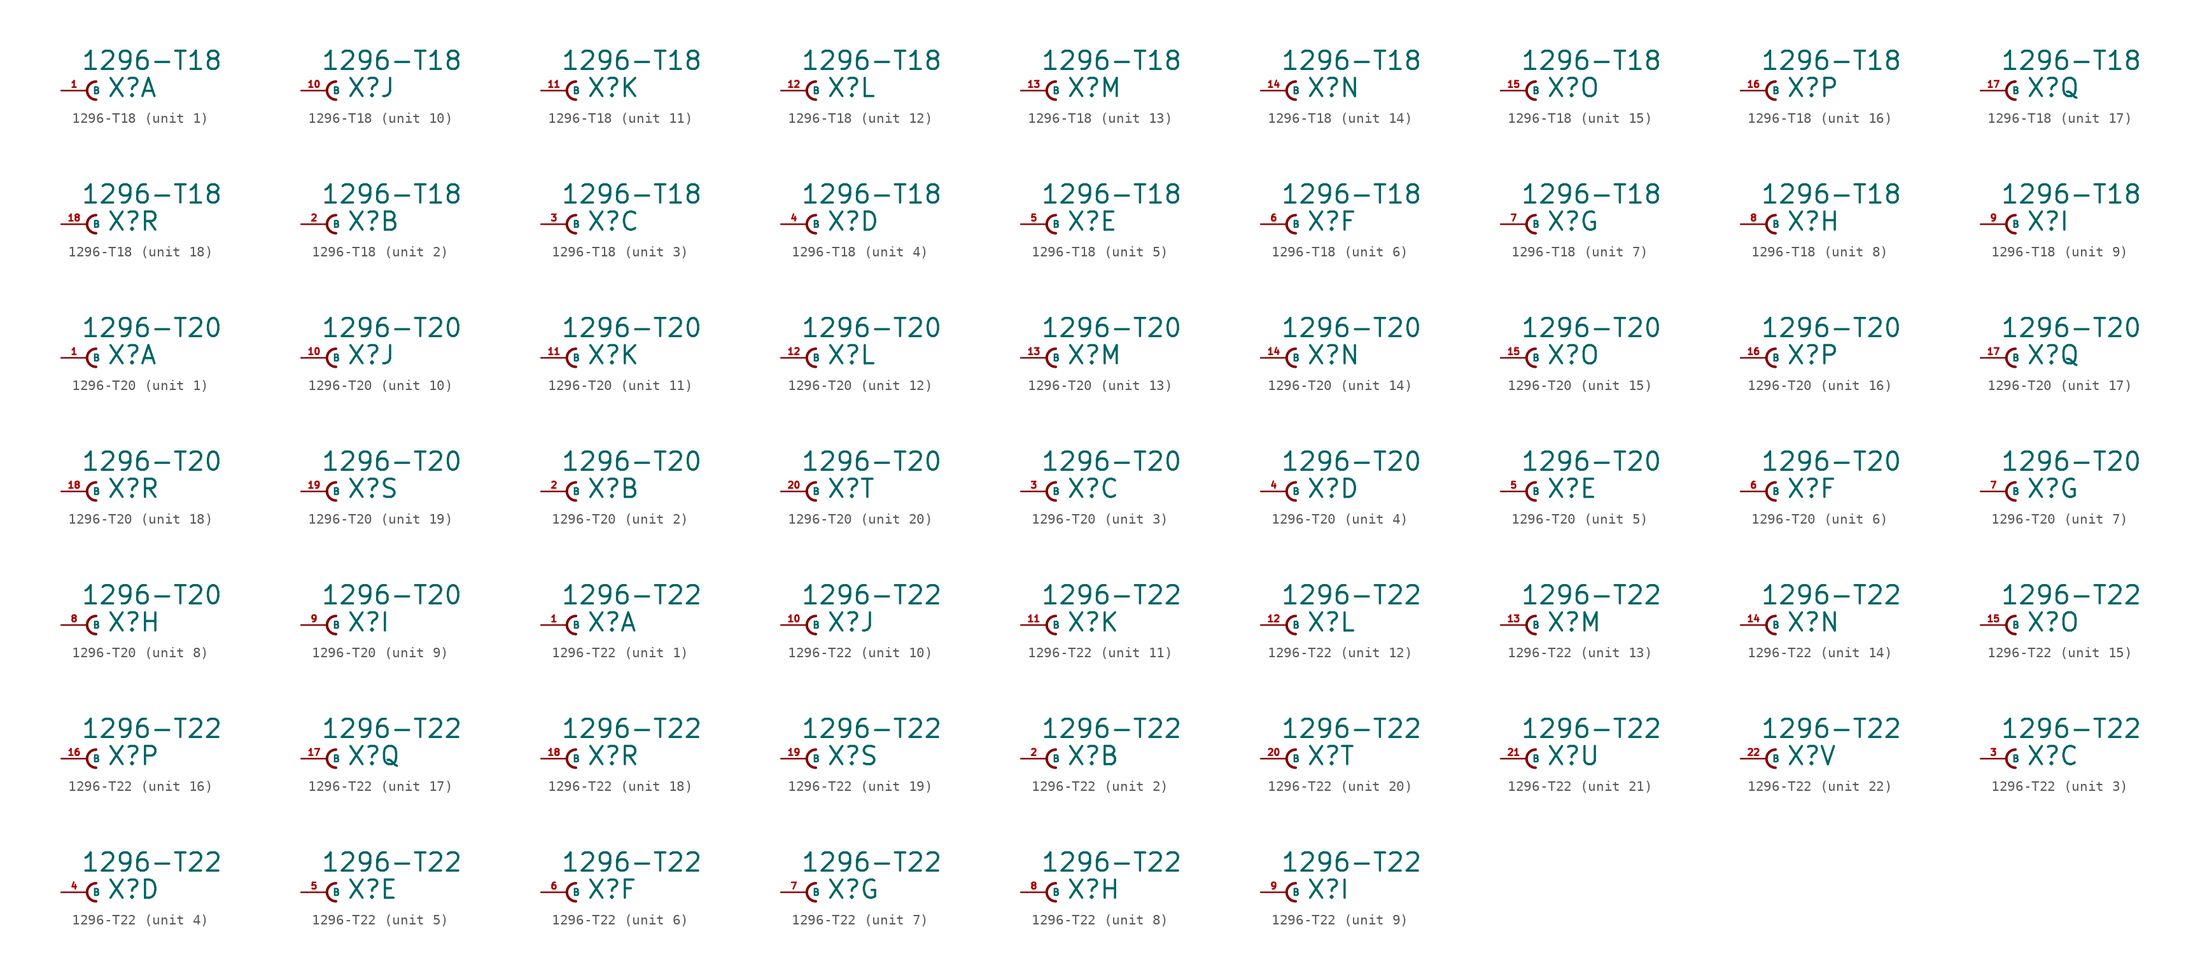
<source format=kicad_sym>
(kicad_symbol_lib
  (version 20220914)
  (generator Eagle2Kicad)
  (symbol "1296-T18"
    (property "Reference" "X"
      (at 1.905 -0.762 0)
      (effects (font (size 1.778 1.778) (thickness 0.22)) (justify left bottom)))
    (property "Value" "1296-T18"
      (at -0.635 1.905 0)
      (effects (font (size 1.778 1.778) (thickness 0.22)) (justify left bottom)))
    (symbol "1296-T18_1_0"
      (arc (start 0.889 0.889) (mid 0.000 0.000) (end 0.889 -0.889) (stroke (width 0.254) (type default)) (fill (type none)))
      (pin passive line (at -2.54 0 0) (length 2.54) (name "B" (effects (font (size 0.635 0.635) (thickness 0.08)) (justify left bottom))) (number "1" (effects (font (size 0.635 0.635) (thickness 0.08)) (justify left bottom)))))
    (symbol "1296-T18_2_0"
      (arc (start 0.889 0.889) (mid 0.000 0.000) (end 0.889 -0.889) (stroke (width 0.254) (type default)) (fill (type none)))
      (pin passive line (at -2.54 0 0) (length 2.54) (name "B" (effects (font (size 0.635 0.635) (thickness 0.08)) (justify left bottom))) (number "2" (effects (font (size 0.635 0.635) (thickness 0.08)) (justify left bottom)))))
    (symbol "1296-T18_3_0"
      (arc (start 0.889 0.889) (mid 0.000 0.000) (end 0.889 -0.889) (stroke (width 0.254) (type default)) (fill (type none)))
      (pin passive line (at -2.54 0 0) (length 2.54) (name "B" (effects (font (size 0.635 0.635) (thickness 0.08)) (justify left bottom))) (number "3" (effects (font (size 0.635 0.635) (thickness 0.08)) (justify left bottom)))))
    (symbol "1296-T18_4_0"
      (arc (start 0.889 0.889) (mid 0.000 0.000) (end 0.889 -0.889) (stroke (width 0.254) (type default)) (fill (type none)))
      (pin passive line (at -2.54 0 0) (length 2.54) (name "B" (effects (font (size 0.635 0.635) (thickness 0.08)) (justify left bottom))) (number "4" (effects (font (size 0.635 0.635) (thickness 0.08)) (justify left bottom)))))
    (symbol "1296-T18_5_0"
      (arc (start 0.889 0.889) (mid 0.000 0.000) (end 0.889 -0.889) (stroke (width 0.254) (type default)) (fill (type none)))
      (pin passive line (at -2.54 0 0) (length 2.54) (name "B" (effects (font (size 0.635 0.635) (thickness 0.08)) (justify left bottom))) (number "5" (effects (font (size 0.635 0.635) (thickness 0.08)) (justify left bottom)))))
    (symbol "1296-T18_6_0"
      (arc (start 0.889 0.889) (mid 0.000 0.000) (end 0.889 -0.889) (stroke (width 0.254) (type default)) (fill (type none)))
      (pin passive line (at -2.54 0 0) (length 2.54) (name "B" (effects (font (size 0.635 0.635) (thickness 0.08)) (justify left bottom))) (number "6" (effects (font (size 0.635 0.635) (thickness 0.08)) (justify left bottom)))))
    (symbol "1296-T18_7_0"
      (arc (start 0.889 0.889) (mid 0.000 0.000) (end 0.889 -0.889) (stroke (width 0.254) (type default)) (fill (type none)))
      (pin passive line (at -2.54 0 0) (length 2.54) (name "B" (effects (font (size 0.635 0.635) (thickness 0.08)) (justify left bottom))) (number "7" (effects (font (size 0.635 0.635) (thickness 0.08)) (justify left bottom)))))
    (symbol "1296-T18_8_0"
      (arc (start 0.889 0.889) (mid 0.000 0.000) (end 0.889 -0.889) (stroke (width 0.254) (type default)) (fill (type none)))
      (pin passive line (at -2.54 0 0) (length 2.54) (name "B" (effects (font (size 0.635 0.635) (thickness 0.08)) (justify left bottom))) (number "8" (effects (font (size 0.635 0.635) (thickness 0.08)) (justify left bottom)))))
    (symbol "1296-T18_9_0"
      (arc (start 0.889 0.889) (mid 0.000 0.000) (end 0.889 -0.889) (stroke (width 0.254) (type default)) (fill (type none)))
      (pin passive line (at -2.54 0 0) (length 2.54) (name "B" (effects (font (size 0.635 0.635) (thickness 0.08)) (justify left bottom))) (number "9" (effects (font (size 0.635 0.635) (thickness 0.08)) (justify left bottom)))))
    (symbol "1296-T18_10_0"
      (arc (start 0.889 0.889) (mid 0.000 0.000) (end 0.889 -0.889) (stroke (width 0.254) (type default)) (fill (type none)))
      (pin passive line (at -2.54 0 0) (length 2.54) (name "B" (effects (font (size 0.635 0.635) (thickness 0.08)) (justify left bottom))) (number "10" (effects (font (size 0.635 0.635) (thickness 0.08)) (justify left bottom)))))
    (symbol "1296-T18_11_0"
      (arc (start 0.889 0.889) (mid 0.000 0.000) (end 0.889 -0.889) (stroke (width 0.254) (type default)) (fill (type none)))
      (pin passive line (at -2.54 0 0) (length 2.54) (name "B" (effects (font (size 0.635 0.635) (thickness 0.08)) (justify left bottom))) (number "11" (effects (font (size 0.635 0.635) (thickness 0.08)) (justify left bottom)))))
    (symbol "1296-T18_12_0"
      (arc (start 0.889 0.889) (mid 0.000 0.000) (end 0.889 -0.889) (stroke (width 0.254) (type default)) (fill (type none)))
      (pin passive line (at -2.54 0 0) (length 2.54) (name "B" (effects (font (size 0.635 0.635) (thickness 0.08)) (justify left bottom))) (number "12" (effects (font (size 0.635 0.635) (thickness 0.08)) (justify left bottom)))))
    (symbol "1296-T18_13_0"
      (arc (start 0.889 0.889) (mid 0.000 0.000) (end 0.889 -0.889) (stroke (width 0.254) (type default)) (fill (type none)))
      (pin passive line (at -2.54 0 0) (length 2.54) (name "B" (effects (font (size 0.635 0.635) (thickness 0.08)) (justify left bottom))) (number "13" (effects (font (size 0.635 0.635) (thickness 0.08)) (justify left bottom)))))
    (symbol "1296-T18_14_0"
      (arc (start 0.889 0.889) (mid 0.000 0.000) (end 0.889 -0.889) (stroke (width 0.254) (type default)) (fill (type none)))
      (pin passive line (at -2.54 0 0) (length 2.54) (name "B" (effects (font (size 0.635 0.635) (thickness 0.08)) (justify left bottom))) (number "14" (effects (font (size 0.635 0.635) (thickness 0.08)) (justify left bottom)))))
    (symbol "1296-T18_15_0"
      (arc (start 0.889 0.889) (mid 0.000 0.000) (end 0.889 -0.889) (stroke (width 0.254) (type default)) (fill (type none)))
      (pin passive line (at -2.54 0 0) (length 2.54) (name "B" (effects (font (size 0.635 0.635) (thickness 0.08)) (justify left bottom))) (number "15" (effects (font (size 0.635 0.635) (thickness 0.08)) (justify left bottom)))))
    (symbol "1296-T18_16_0"
      (arc (start 0.889 0.889) (mid 0.000 0.000) (end 0.889 -0.889) (stroke (width 0.254) (type default)) (fill (type none)))
      (pin passive line (at -2.54 0 0) (length 2.54) (name "B" (effects (font (size 0.635 0.635) (thickness 0.08)) (justify left bottom))) (number "16" (effects (font (size 0.635 0.635) (thickness 0.08)) (justify left bottom)))))
    (symbol "1296-T18_17_0"
      (arc (start 0.889 0.889) (mid 0.000 0.000) (end 0.889 -0.889) (stroke (width 0.254) (type default)) (fill (type none)))
      (pin passive line (at -2.54 0 0) (length 2.54) (name "B" (effects (font (size 0.635 0.635) (thickness 0.08)) (justify left bottom))) (number "17" (effects (font (size 0.635 0.635) (thickness 0.08)) (justify left bottom)))))
    (symbol "1296-T18_18_0"
      (arc (start 0.889 0.889) (mid 0.000 0.000) (end 0.889 -0.889) (stroke (width 0.254) (type default)) (fill (type none)))
      (pin passive line (at -2.54 0 0) (length 2.54) (name "B" (effects (font (size 0.635 0.635) (thickness 0.08)) (justify left bottom))) (number "18" (effects (font (size 0.635 0.635) (thickness 0.08)) (justify left bottom))))))
  (symbol "1296-T20"
    (property "Reference" "X"
      (at 1.905 -0.762 0)
      (effects (font (size 1.778 1.778) (thickness 0.22)) (justify left bottom)))
    (property "Value" "1296-T20"
      (at -0.635 1.905 0)
      (effects (font (size 1.778 1.778) (thickness 0.22)) (justify left bottom)))
    (symbol "1296-T20_1_0"
      (arc (start 0.889 0.889) (mid 0.000 0.000) (end 0.889 -0.889) (stroke (width 0.254) (type default)) (fill (type none)))
      (pin passive line (at -2.54 0 0) (length 2.54) (name "B" (effects (font (size 0.635 0.635) (thickness 0.08)) (justify left bottom))) (number "1" (effects (font (size 0.635 0.635) (thickness 0.08)) (justify left bottom)))))
    (symbol "1296-T20_2_0"
      (arc (start 0.889 0.889) (mid 0.000 0.000) (end 0.889 -0.889) (stroke (width 0.254) (type default)) (fill (type none)))
      (pin passive line (at -2.54 0 0) (length 2.54) (name "B" (effects (font (size 0.635 0.635) (thickness 0.08)) (justify left bottom))) (number "2" (effects (font (size 0.635 0.635) (thickness 0.08)) (justify left bottom)))))
    (symbol "1296-T20_3_0"
      (arc (start 0.889 0.889) (mid 0.000 0.000) (end 0.889 -0.889) (stroke (width 0.254) (type default)) (fill (type none)))
      (pin passive line (at -2.54 0 0) (length 2.54) (name "B" (effects (font (size 0.635 0.635) (thickness 0.08)) (justify left bottom))) (number "3" (effects (font (size 0.635 0.635) (thickness 0.08)) (justify left bottom)))))
    (symbol "1296-T20_4_0"
      (arc (start 0.889 0.889) (mid 0.000 0.000) (end 0.889 -0.889) (stroke (width 0.254) (type default)) (fill (type none)))
      (pin passive line (at -2.54 0 0) (length 2.54) (name "B" (effects (font (size 0.635 0.635) (thickness 0.08)) (justify left bottom))) (number "4" (effects (font (size 0.635 0.635) (thickness 0.08)) (justify left bottom)))))
    (symbol "1296-T20_5_0"
      (arc (start 0.889 0.889) (mid 0.000 0.000) (end 0.889 -0.889) (stroke (width 0.254) (type default)) (fill (type none)))
      (pin passive line (at -2.54 0 0) (length 2.54) (name "B" (effects (font (size 0.635 0.635) (thickness 0.08)) (justify left bottom))) (number "5" (effects (font (size 0.635 0.635) (thickness 0.08)) (justify left bottom)))))
    (symbol "1296-T20_6_0"
      (arc (start 0.889 0.889) (mid 0.000 0.000) (end 0.889 -0.889) (stroke (width 0.254) (type default)) (fill (type none)))
      (pin passive line (at -2.54 0 0) (length 2.54) (name "B" (effects (font (size 0.635 0.635) (thickness 0.08)) (justify left bottom))) (number "6" (effects (font (size 0.635 0.635) (thickness 0.08)) (justify left bottom)))))
    (symbol "1296-T20_7_0"
      (arc (start 0.889 0.889) (mid 0.000 0.000) (end 0.889 -0.889) (stroke (width 0.254) (type default)) (fill (type none)))
      (pin passive line (at -2.54 0 0) (length 2.54) (name "B" (effects (font (size 0.635 0.635) (thickness 0.08)) (justify left bottom))) (number "7" (effects (font (size 0.635 0.635) (thickness 0.08)) (justify left bottom)))))
    (symbol "1296-T20_8_0"
      (arc (start 0.889 0.889) (mid 0.000 0.000) (end 0.889 -0.889) (stroke (width 0.254) (type default)) (fill (type none)))
      (pin passive line (at -2.54 0 0) (length 2.54) (name "B" (effects (font (size 0.635 0.635) (thickness 0.08)) (justify left bottom))) (number "8" (effects (font (size 0.635 0.635) (thickness 0.08)) (justify left bottom)))))
    (symbol "1296-T20_9_0"
      (arc (start 0.889 0.889) (mid 0.000 0.000) (end 0.889 -0.889) (stroke (width 0.254) (type default)) (fill (type none)))
      (pin passive line (at -2.54 0 0) (length 2.54) (name "B" (effects (font (size 0.635 0.635) (thickness 0.08)) (justify left bottom))) (number "9" (effects (font (size 0.635 0.635) (thickness 0.08)) (justify left bottom)))))
    (symbol "1296-T20_10_0"
      (arc (start 0.889 0.889) (mid 0.000 0.000) (end 0.889 -0.889) (stroke (width 0.254) (type default)) (fill (type none)))
      (pin passive line (at -2.54 0 0) (length 2.54) (name "B" (effects (font (size 0.635 0.635) (thickness 0.08)) (justify left bottom))) (number "10" (effects (font (size 0.635 0.635) (thickness 0.08)) (justify left bottom)))))
    (symbol "1296-T20_11_0"
      (arc (start 0.889 0.889) (mid 0.000 0.000) (end 0.889 -0.889) (stroke (width 0.254) (type default)) (fill (type none)))
      (pin passive line (at -2.54 0 0) (length 2.54) (name "B" (effects (font (size 0.635 0.635) (thickness 0.08)) (justify left bottom))) (number "11" (effects (font (size 0.635 0.635) (thickness 0.08)) (justify left bottom)))))
    (symbol "1296-T20_12_0"
      (arc (start 0.889 0.889) (mid 0.000 0.000) (end 0.889 -0.889) (stroke (width 0.254) (type default)) (fill (type none)))
      (pin passive line (at -2.54 0 0) (length 2.54) (name "B" (effects (font (size 0.635 0.635) (thickness 0.08)) (justify left bottom))) (number "12" (effects (font (size 0.635 0.635) (thickness 0.08)) (justify left bottom)))))
    (symbol "1296-T20_13_0"
      (arc (start 0.889 0.889) (mid 0.000 0.000) (end 0.889 -0.889) (stroke (width 0.254) (type default)) (fill (type none)))
      (pin passive line (at -2.54 0 0) (length 2.54) (name "B" (effects (font (size 0.635 0.635) (thickness 0.08)) (justify left bottom))) (number "13" (effects (font (size 0.635 0.635) (thickness 0.08)) (justify left bottom)))))
    (symbol "1296-T20_14_0"
      (arc (start 0.889 0.889) (mid 0.000 0.000) (end 0.889 -0.889) (stroke (width 0.254) (type default)) (fill (type none)))
      (pin passive line (at -2.54 0 0) (length 2.54) (name "B" (effects (font (size 0.635 0.635) (thickness 0.08)) (justify left bottom))) (number "14" (effects (font (size 0.635 0.635) (thickness 0.08)) (justify left bottom)))))
    (symbol "1296-T20_15_0"
      (arc (start 0.889 0.889) (mid 0.000 0.000) (end 0.889 -0.889) (stroke (width 0.254) (type default)) (fill (type none)))
      (pin passive line (at -2.54 0 0) (length 2.54) (name "B" (effects (font (size 0.635 0.635) (thickness 0.08)) (justify left bottom))) (number "15" (effects (font (size 0.635 0.635) (thickness 0.08)) (justify left bottom)))))
    (symbol "1296-T20_16_0"
      (arc (start 0.889 0.889) (mid 0.000 0.000) (end 0.889 -0.889) (stroke (width 0.254) (type default)) (fill (type none)))
      (pin passive line (at -2.54 0 0) (length 2.54) (name "B" (effects (font (size 0.635 0.635) (thickness 0.08)) (justify left bottom))) (number "16" (effects (font (size 0.635 0.635) (thickness 0.08)) (justify left bottom)))))
    (symbol "1296-T20_17_0"
      (arc (start 0.889 0.889) (mid 0.000 0.000) (end 0.889 -0.889) (stroke (width 0.254) (type default)) (fill (type none)))
      (pin passive line (at -2.54 0 0) (length 2.54) (name "B" (effects (font (size 0.635 0.635) (thickness 0.08)) (justify left bottom))) (number "17" (effects (font (size 0.635 0.635) (thickness 0.08)) (justify left bottom)))))
    (symbol "1296-T20_18_0"
      (arc (start 0.889 0.889) (mid 0.000 0.000) (end 0.889 -0.889) (stroke (width 0.254) (type default)) (fill (type none)))
      (pin passive line (at -2.54 0 0) (length 2.54) (name "B" (effects (font (size 0.635 0.635) (thickness 0.08)) (justify left bottom))) (number "18" (effects (font (size 0.635 0.635) (thickness 0.08)) (justify left bottom)))))
    (symbol "1296-T20_19_0"
      (arc (start 0.889 0.889) (mid 0.000 0.000) (end 0.889 -0.889) (stroke (width 0.254) (type default)) (fill (type none)))
      (pin passive line (at -2.54 0 0) (length 2.54) (name "B" (effects (font (size 0.635 0.635) (thickness 0.08)) (justify left bottom))) (number "19" (effects (font (size 0.635 0.635) (thickness 0.08)) (justify left bottom)))))
    (symbol "1296-T20_20_0"
      (arc (start 0.889 0.889) (mid 0.000 0.000) (end 0.889 -0.889) (stroke (width 0.254) (type default)) (fill (type none)))
      (pin passive line (at -2.54 0 0) (length 2.54) (name "B" (effects (font (size 0.635 0.635) (thickness 0.08)) (justify left bottom))) (number "20" (effects (font (size 0.635 0.635) (thickness 0.08)) (justify left bottom))))))
  (symbol "1296-T22"
    (property "Reference" "X"
      (at 1.905 -0.762 0)
      (effects (font (size 1.778 1.778) (thickness 0.22)) (justify left bottom)))
    (property "Value" "1296-T22"
      (at -0.635 1.905 0)
      (effects (font (size 1.778 1.778) (thickness 0.22)) (justify left bottom)))
    (symbol "1296-T22_1_0"
      (arc (start 0.889 0.889) (mid 0.000 0.000) (end 0.889 -0.889) (stroke (width 0.254) (type default)) (fill (type none)))
      (pin passive line (at -2.54 0 0) (length 2.54) (name "B" (effects (font (size 0.635 0.635) (thickness 0.08)) (justify left bottom))) (number "1" (effects (font (size 0.635 0.635) (thickness 0.08)) (justify left bottom)))))
    (symbol "1296-T22_2_0"
      (arc (start 0.889 0.889) (mid 0.000 0.000) (end 0.889 -0.889) (stroke (width 0.254) (type default)) (fill (type none)))
      (pin passive line (at -2.54 0 0) (length 2.54) (name "B" (effects (font (size 0.635 0.635) (thickness 0.08)) (justify left bottom))) (number "2" (effects (font (size 0.635 0.635) (thickness 0.08)) (justify left bottom)))))
    (symbol "1296-T22_3_0"
      (arc (start 0.889 0.889) (mid 0.000 0.000) (end 0.889 -0.889) (stroke (width 0.254) (type default)) (fill (type none)))
      (pin passive line (at -2.54 0 0) (length 2.54) (name "B" (effects (font (size 0.635 0.635) (thickness 0.08)) (justify left bottom))) (number "3" (effects (font (size 0.635 0.635) (thickness 0.08)) (justify left bottom)))))
    (symbol "1296-T22_4_0"
      (arc (start 0.889 0.889) (mid 0.000 0.000) (end 0.889 -0.889) (stroke (width 0.254) (type default)) (fill (type none)))
      (pin passive line (at -2.54 0 0) (length 2.54) (name "B" (effects (font (size 0.635 0.635) (thickness 0.08)) (justify left bottom))) (number "4" (effects (font (size 0.635 0.635) (thickness 0.08)) (justify left bottom)))))
    (symbol "1296-T22_5_0"
      (arc (start 0.889 0.889) (mid 0.000 0.000) (end 0.889 -0.889) (stroke (width 0.254) (type default)) (fill (type none)))
      (pin passive line (at -2.54 0 0) (length 2.54) (name "B" (effects (font (size 0.635 0.635) (thickness 0.08)) (justify left bottom))) (number "5" (effects (font (size 0.635 0.635) (thickness 0.08)) (justify left bottom)))))
    (symbol "1296-T22_6_0"
      (arc (start 0.889 0.889) (mid 0.000 0.000) (end 0.889 -0.889) (stroke (width 0.254) (type default)) (fill (type none)))
      (pin passive line (at -2.54 0 0) (length 2.54) (name "B" (effects (font (size 0.635 0.635) (thickness 0.08)) (justify left bottom))) (number "6" (effects (font (size 0.635 0.635) (thickness 0.08)) (justify left bottom)))))
    (symbol "1296-T22_7_0"
      (arc (start 0.889 0.889) (mid 0.000 0.000) (end 0.889 -0.889) (stroke (width 0.254) (type default)) (fill (type none)))
      (pin passive line (at -2.54 0 0) (length 2.54) (name "B" (effects (font (size 0.635 0.635) (thickness 0.08)) (justify left bottom))) (number "7" (effects (font (size 0.635 0.635) (thickness 0.08)) (justify left bottom)))))
    (symbol "1296-T22_8_0"
      (arc (start 0.889 0.889) (mid 0.000 0.000) (end 0.889 -0.889) (stroke (width 0.254) (type default)) (fill (type none)))
      (pin passive line (at -2.54 0 0) (length 2.54) (name "B" (effects (font (size 0.635 0.635) (thickness 0.08)) (justify left bottom))) (number "8" (effects (font (size 0.635 0.635) (thickness 0.08)) (justify left bottom)))))
    (symbol "1296-T22_9_0"
      (arc (start 0.889 0.889) (mid 0.000 0.000) (end 0.889 -0.889) (stroke (width 0.254) (type default)) (fill (type none)))
      (pin passive line (at -2.54 0 0) (length 2.54) (name "B" (effects (font (size 0.635 0.635) (thickness 0.08)) (justify left bottom))) (number "9" (effects (font (size 0.635 0.635) (thickness 0.08)) (justify left bottom)))))
    (symbol "1296-T22_10_0"
      (arc (start 0.889 0.889) (mid 0.000 0.000) (end 0.889 -0.889) (stroke (width 0.254) (type default)) (fill (type none)))
      (pin passive line (at -2.54 0 0) (length 2.54) (name "B" (effects (font (size 0.635 0.635) (thickness 0.08)) (justify left bottom))) (number "10" (effects (font (size 0.635 0.635) (thickness 0.08)) (justify left bottom)))))
    (symbol "1296-T22_11_0"
      (arc (start 0.889 0.889) (mid 0.000 0.000) (end 0.889 -0.889) (stroke (width 0.254) (type default)) (fill (type none)))
      (pin passive line (at -2.54 0 0) (length 2.54) (name "B" (effects (font (size 0.635 0.635) (thickness 0.08)) (justify left bottom))) (number "11" (effects (font (size 0.635 0.635) (thickness 0.08)) (justify left bottom)))))
    (symbol "1296-T22_12_0"
      (arc (start 0.889 0.889) (mid 0.000 0.000) (end 0.889 -0.889) (stroke (width 0.254) (type default)) (fill (type none)))
      (pin passive line (at -2.54 0 0) (length 2.54) (name "B" (effects (font (size 0.635 0.635) (thickness 0.08)) (justify left bottom))) (number "12" (effects (font (size 0.635 0.635) (thickness 0.08)) (justify left bottom)))))
    (symbol "1296-T22_13_0"
      (arc (start 0.889 0.889) (mid 0.000 0.000) (end 0.889 -0.889) (stroke (width 0.254) (type default)) (fill (type none)))
      (pin passive line (at -2.54 0 0) (length 2.54) (name "B" (effects (font (size 0.635 0.635) (thickness 0.08)) (justify left bottom))) (number "13" (effects (font (size 0.635 0.635) (thickness 0.08)) (justify left bottom)))))
    (symbol "1296-T22_14_0"
      (arc (start 0.889 0.889) (mid 0.000 0.000) (end 0.889 -0.889) (stroke (width 0.254) (type default)) (fill (type none)))
      (pin passive line (at -2.54 0 0) (length 2.54) (name "B" (effects (font (size 0.635 0.635) (thickness 0.08)) (justify left bottom))) (number "14" (effects (font (size 0.635 0.635) (thickness 0.08)) (justify left bottom)))))
    (symbol "1296-T22_15_0"
      (arc (start 0.889 0.889) (mid 0.000 0.000) (end 0.889 -0.889) (stroke (width 0.254) (type default)) (fill (type none)))
      (pin passive line (at -2.54 0 0) (length 2.54) (name "B" (effects (font (size 0.635 0.635) (thickness 0.08)) (justify left bottom))) (number "15" (effects (font (size 0.635 0.635) (thickness 0.08)) (justify left bottom)))))
    (symbol "1296-T22_16_0"
      (arc (start 0.889 0.889) (mid 0.000 0.000) (end 0.889 -0.889) (stroke (width 0.254) (type default)) (fill (type none)))
      (pin passive line (at -2.54 0 0) (length 2.54) (name "B" (effects (font (size 0.635 0.635) (thickness 0.08)) (justify left bottom))) (number "16" (effects (font (size 0.635 0.635) (thickness 0.08)) (justify left bottom)))))
    (symbol "1296-T22_17_0"
      (arc (start 0.889 0.889) (mid 0.000 0.000) (end 0.889 -0.889) (stroke (width 0.254) (type default)) (fill (type none)))
      (pin passive line (at -2.54 0 0) (length 2.54) (name "B" (effects (font (size 0.635 0.635) (thickness 0.08)) (justify left bottom))) (number "17" (effects (font (size 0.635 0.635) (thickness 0.08)) (justify left bottom)))))
    (symbol "1296-T22_18_0"
      (arc (start 0.889 0.889) (mid 0.000 0.000) (end 0.889 -0.889) (stroke (width 0.254) (type default)) (fill (type none)))
      (pin passive line (at -2.54 0 0) (length 2.54) (name "B" (effects (font (size 0.635 0.635) (thickness 0.08)) (justify left bottom))) (number "18" (effects (font (size 0.635 0.635) (thickness 0.08)) (justify left bottom)))))
    (symbol "1296-T22_19_0"
      (arc (start 0.889 0.889) (mid 0.000 0.000) (end 0.889 -0.889) (stroke (width 0.254) (type default)) (fill (type none)))
      (pin passive line (at -2.54 0 0) (length 2.54) (name "B" (effects (font (size 0.635 0.635) (thickness 0.08)) (justify left bottom))) (number "19" (effects (font (size 0.635 0.635) (thickness 0.08)) (justify left bottom)))))
    (symbol "1296-T22_20_0"
      (arc (start 0.889 0.889) (mid 0.000 0.000) (end 0.889 -0.889) (stroke (width 0.254) (type default)) (fill (type none)))
      (pin passive line (at -2.54 0 0) (length 2.54) (name "B" (effects (font (size 0.635 0.635) (thickness 0.08)) (justify left bottom))) (number "20" (effects (font (size 0.635 0.635) (thickness 0.08)) (justify left bottom)))))
    (symbol "1296-T22_21_0"
      (arc (start 0.889 0.889) (mid 0.000 0.000) (end 0.889 -0.889) (stroke (width 0.254) (type default)) (fill (type none)))
      (pin passive line (at -2.54 0 0) (length 2.54) (name "B" (effects (font (size 0.635 0.635) (thickness 0.08)) (justify left bottom))) (number "21" (effects (font (size 0.635 0.635) (thickness 0.08)) (justify left bottom)))))
    (symbol "1296-T22_22_0"
      (arc (start 0.889 0.889) (mid 0.000 0.000) (end 0.889 -0.889) (stroke (width 0.254) (type default)) (fill (type none)))
      (pin passive line (at -2.54 0 0) (length 2.54) (name "B" (effects (font (size 0.635 0.635) (thickness 0.08)) (justify left bottom))) (number "22" (effects (font (size 0.635 0.635) (thickness 0.08)) (justify left bottom)))))))
</source>
